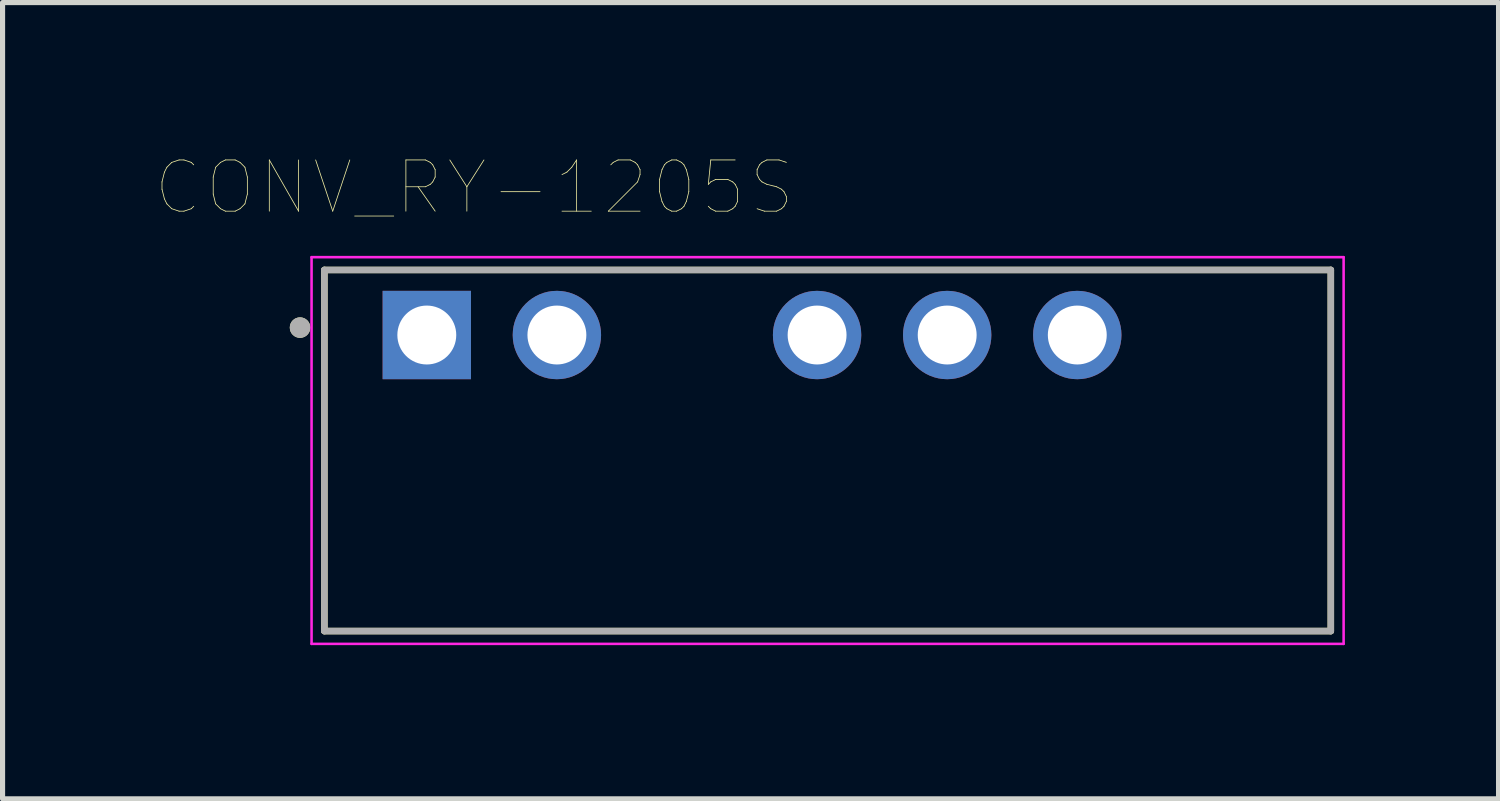
<source format=kicad_pcb>
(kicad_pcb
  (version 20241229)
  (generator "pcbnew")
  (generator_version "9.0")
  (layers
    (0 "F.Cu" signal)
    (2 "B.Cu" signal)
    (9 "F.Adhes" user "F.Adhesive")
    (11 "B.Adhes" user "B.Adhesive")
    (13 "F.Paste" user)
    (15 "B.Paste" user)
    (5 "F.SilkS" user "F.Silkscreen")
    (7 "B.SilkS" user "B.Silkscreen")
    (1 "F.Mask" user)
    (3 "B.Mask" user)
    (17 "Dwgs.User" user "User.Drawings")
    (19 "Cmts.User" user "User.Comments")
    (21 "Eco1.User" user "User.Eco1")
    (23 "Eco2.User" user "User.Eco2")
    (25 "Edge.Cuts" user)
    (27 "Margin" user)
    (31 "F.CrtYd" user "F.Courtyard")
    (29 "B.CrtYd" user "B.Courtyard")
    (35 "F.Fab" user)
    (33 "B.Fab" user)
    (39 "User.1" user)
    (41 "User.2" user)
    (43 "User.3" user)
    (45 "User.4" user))
  (footprint "CONV_RY-1205S"
    (layer "F.Cu")
    (at 13.108 5.746)
    (property "Reference" "CONV_RY-1205S" (at -6.9 -5.135 0) (layer "F.SilkS") (effects (font (size 1 1) (thickness 0.015))))
    (attr through_hole)
    (fp_line (start -9.825 -3.525) (end 9.825 -3.525) (stroke (width 0.127) (type solid)) (layer "F.SilkS"))
    (fp_line (start -9.825 3.525) (end -9.825 -3.525) (stroke (width 0.127) (type solid)) (layer "F.SilkS"))
    (fp_line (start 9.825 -3.525) (end 9.825 3.525) (stroke (width 0.127) (type solid)) (layer "F.SilkS"))
    (fp_line (start 9.825 3.525) (end -9.825 3.525) (stroke (width 0.127) (type solid)) (layer "F.SilkS"))
    (fp_circle (center -10.3 -2.4) (end -10.2 -2.4) (stroke (width 0.2) (type solid)) (fill no) (layer "F.SilkS"))
    (fp_line (start -10.075 -3.775) (end 10.075 -3.775) (stroke (width 0.05) (type solid)) (layer "F.CrtYd"))
    (fp_line (start -10.075 3.775) (end -10.075 -3.775) (stroke (width 0.05) (type solid)) (layer "F.CrtYd"))
    (fp_line (start 10.075 -3.775) (end 10.075 3.775) (stroke (width 0.05) (type solid)) (layer "F.CrtYd"))
    (fp_line (start 10.075 3.775) (end -10.075 3.775) (stroke (width 0.05) (type solid)) (layer "F.CrtYd"))
    (fp_line (start -9.825 -3.525) (end -9.825 3.525) (stroke (width 0.127) (type solid)) (layer "F.Fab"))
    (fp_line (start -9.825 3.525) (end 9.825 3.525) (stroke (width 0.127) (type solid)) (layer "F.Fab"))
    (fp_line (start 9.825 -3.525) (end -9.825 -3.525) (stroke (width 0.127) (type solid)) (layer "F.Fab"))
    (fp_line (start 9.825 3.525) (end 9.825 -3.525) (stroke (width 0.127) (type solid)) (layer "F.Fab"))
    (fp_circle (center -10.3 -2.4) (end -10.2 -2.4) (stroke (width 0.2) (type solid)) (fill no) (layer "F.Fab"))
    (pad "1" thru_hole rect (at -7.825 -2.255) (size 1.725 1.725) (drill 1.15) (layers "*.Cu" "*.Mask"))
    (pad "2" thru_hole circle (at -5.285 -2.255) (size 1.725 1.725) (drill 1.15) (layers "*.Cu" "*.Mask"))
    (pad "4" thru_hole circle (at -0.205 -2.255) (size 1.725 1.725) (drill 1.15) (layers "*.Cu" "*.Mask"))
    (pad "5" thru_hole circle (at 2.335 -2.255) (size 1.725 1.725) (drill 1.15) (layers "*.Cu" "*.Mask"))
    (pad "6" thru_hole circle (at 4.875 -2.255) (size 1.725 1.725) (drill 1.15) (layers "*.Cu" "*.Mask")))
  (gr_rect
    (start -3 -3)
    (end 26.208 12.546)
    (stroke (width 0.1) (type default))
    (fill no)
    (layer "Edge.Cuts")))
</source>
